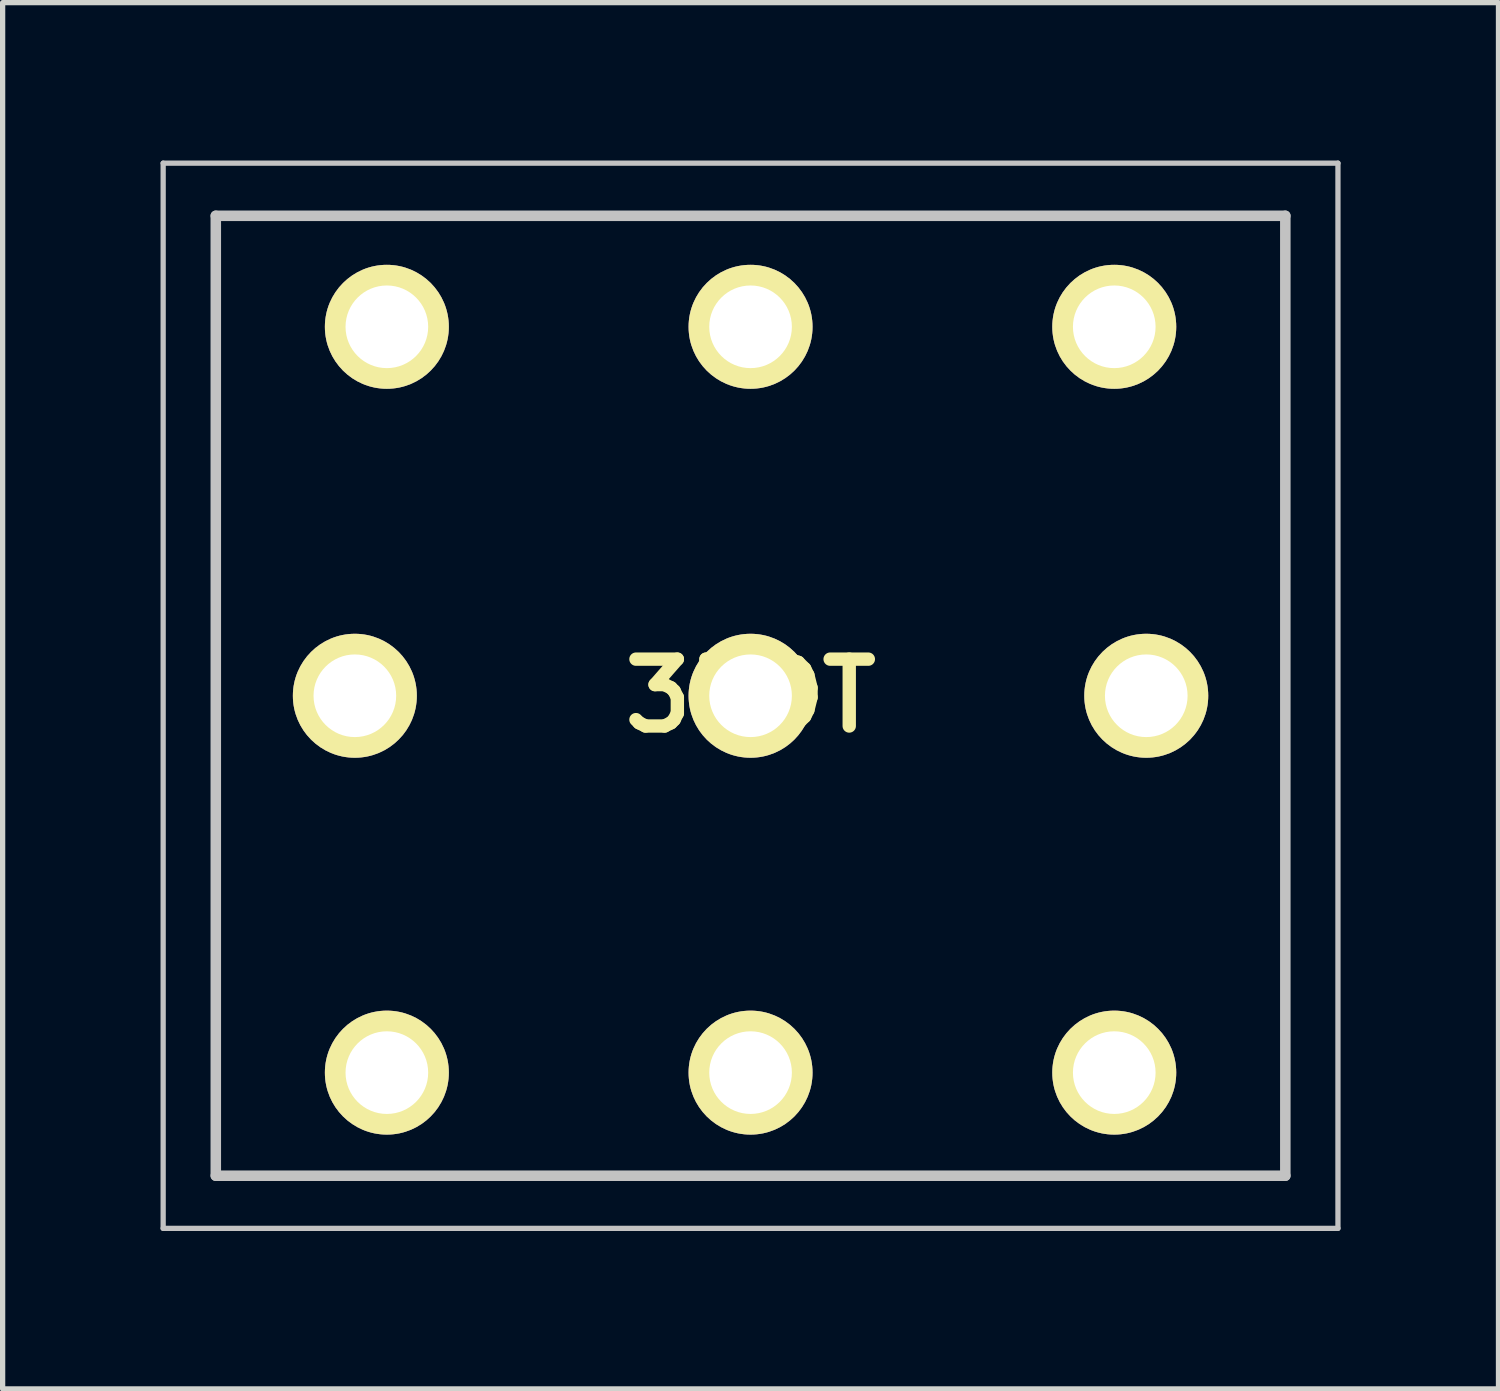
<source format=kicad_pcb>
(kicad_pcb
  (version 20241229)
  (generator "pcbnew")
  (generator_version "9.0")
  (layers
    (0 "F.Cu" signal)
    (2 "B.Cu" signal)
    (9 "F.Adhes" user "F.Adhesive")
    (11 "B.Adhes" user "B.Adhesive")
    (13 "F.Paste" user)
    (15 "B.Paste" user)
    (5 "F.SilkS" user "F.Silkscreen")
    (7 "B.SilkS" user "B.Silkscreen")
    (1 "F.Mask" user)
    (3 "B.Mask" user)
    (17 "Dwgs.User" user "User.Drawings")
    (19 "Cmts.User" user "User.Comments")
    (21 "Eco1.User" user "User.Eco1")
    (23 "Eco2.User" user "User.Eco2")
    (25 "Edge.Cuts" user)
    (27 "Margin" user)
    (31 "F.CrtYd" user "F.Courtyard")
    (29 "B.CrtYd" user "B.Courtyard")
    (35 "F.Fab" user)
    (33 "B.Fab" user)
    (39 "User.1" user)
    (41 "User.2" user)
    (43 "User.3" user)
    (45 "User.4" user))
  (footprint "3PDT"
    (layer "F.Cu")
    (at 11.21 10.169)
    (property "Reference" "3PDT" (at 0 0 0) (layer "F.SilkS") (effects (font (size 1.27 1.27) (thickness 0.254))))
    (attr through_hole)
    (fp_line (start -10.16 -9.119) (end 10.16 -9.119) (stroke (width 0.1) (type solid)) (layer "F.SilkS"))
    (fp_line (start -10.16 9.119) (end -10.16 -9.119) (stroke (width 0.1) (type solid)) (layer "F.SilkS"))
    (fp_line (start 10.16 -9.119) (end 10.16 9.119) (stroke (width 0.1) (type solid)) (layer "F.SilkS"))
    (fp_line (start 10.16 9.119) (end -10.16 9.119) (stroke (width 0.1) (type solid)) (layer "F.SilkS"))
    (fp_line (start -11.16 -10.119) (end 11.16 -10.119) (stroke (width 0.1) (type solid)) (layer "Dwgs.User"))
    (fp_line (start -11.16 10.119) (end -11.16 -10.119) (stroke (width 0.1) (type solid)) (layer "Dwgs.User"))
    (fp_line (start -10.16 -9.119) (end 10.16 -9.119) (stroke (width 0.2) (type solid)) (layer "Dwgs.User"))
    (fp_line (start -10.16 9.119) (end -10.16 -9.119) (stroke (width 0.2) (type solid)) (layer "Dwgs.User"))
    (fp_line (start 10.16 -9.119) (end 10.16 9.119) (stroke (width 0.2) (type solid)) (layer "Dwgs.User"))
    (fp_line (start 10.16 9.119) (end -10.16 9.119) (stroke (width 0.2) (type solid)) (layer "Dwgs.User"))
    (fp_line (start 11.16 -10.119) (end 11.16 10.119) (stroke (width 0.1) (type solid)) (layer "Dwgs.User"))
    (fp_line (start 11.16 10.119) (end -11.16 10.119) (stroke (width 0.1) (type solid)) (layer "Dwgs.User"))
    (pad "1" thru_hole circle (at -6.91 7.16 90) (size 2.355 2.355) (drill 1.57) (layers "*.Cu" "*.Mask" "F.SilkS"))
    (pad "2" thru_hole circle (at -7.518 0 90) (size 2.355 2.355) (drill 1.57) (layers "*.Cu" "*.Mask" "F.SilkS"))
    (pad "3" thru_hole circle (at -6.91 -7.01 90) (size 2.355 2.355) (drill 1.57) (layers "*.Cu" "*.Mask" "F.SilkS"))
    (pad "4" thru_hole circle (at 0 7.16 90) (size 2.355 2.355) (drill 1.57) (layers "*.Cu" "*.Mask" "F.SilkS"))
    (pad "5" thru_hole circle (at 0 0 90) (size 2.355 2.355) (drill 1.57) (layers "*.Cu" "*.Mask" "F.SilkS"))
    (pad "6" thru_hole circle (at 0 -7.01 90) (size 2.355 2.355) (drill 1.57) (layers "*.Cu" "*.Mask" "F.SilkS"))
    (pad "7" thru_hole circle (at 6.91 7.16 90) (size 2.355 2.355) (drill 1.57) (layers "*.Cu" "*.Mask" "F.SilkS"))
    (pad "8" thru_hole circle (at 7.518 0 90) (size 2.355 2.355) (drill 1.57) (layers "*.Cu" "*.Mask" "F.SilkS"))
    (pad "9" thru_hole circle (at 6.91 -7.01 90) (size 2.355 2.355) (drill 1.57) (layers "*.Cu" "*.Mask" "F.SilkS")))
  (gr_rect
    (start -3 -3)
    (end 25.42 23.338)
    (stroke (width 0.1) (type default))
    (fill no)
    (layer "Edge.Cuts")))
</source>
